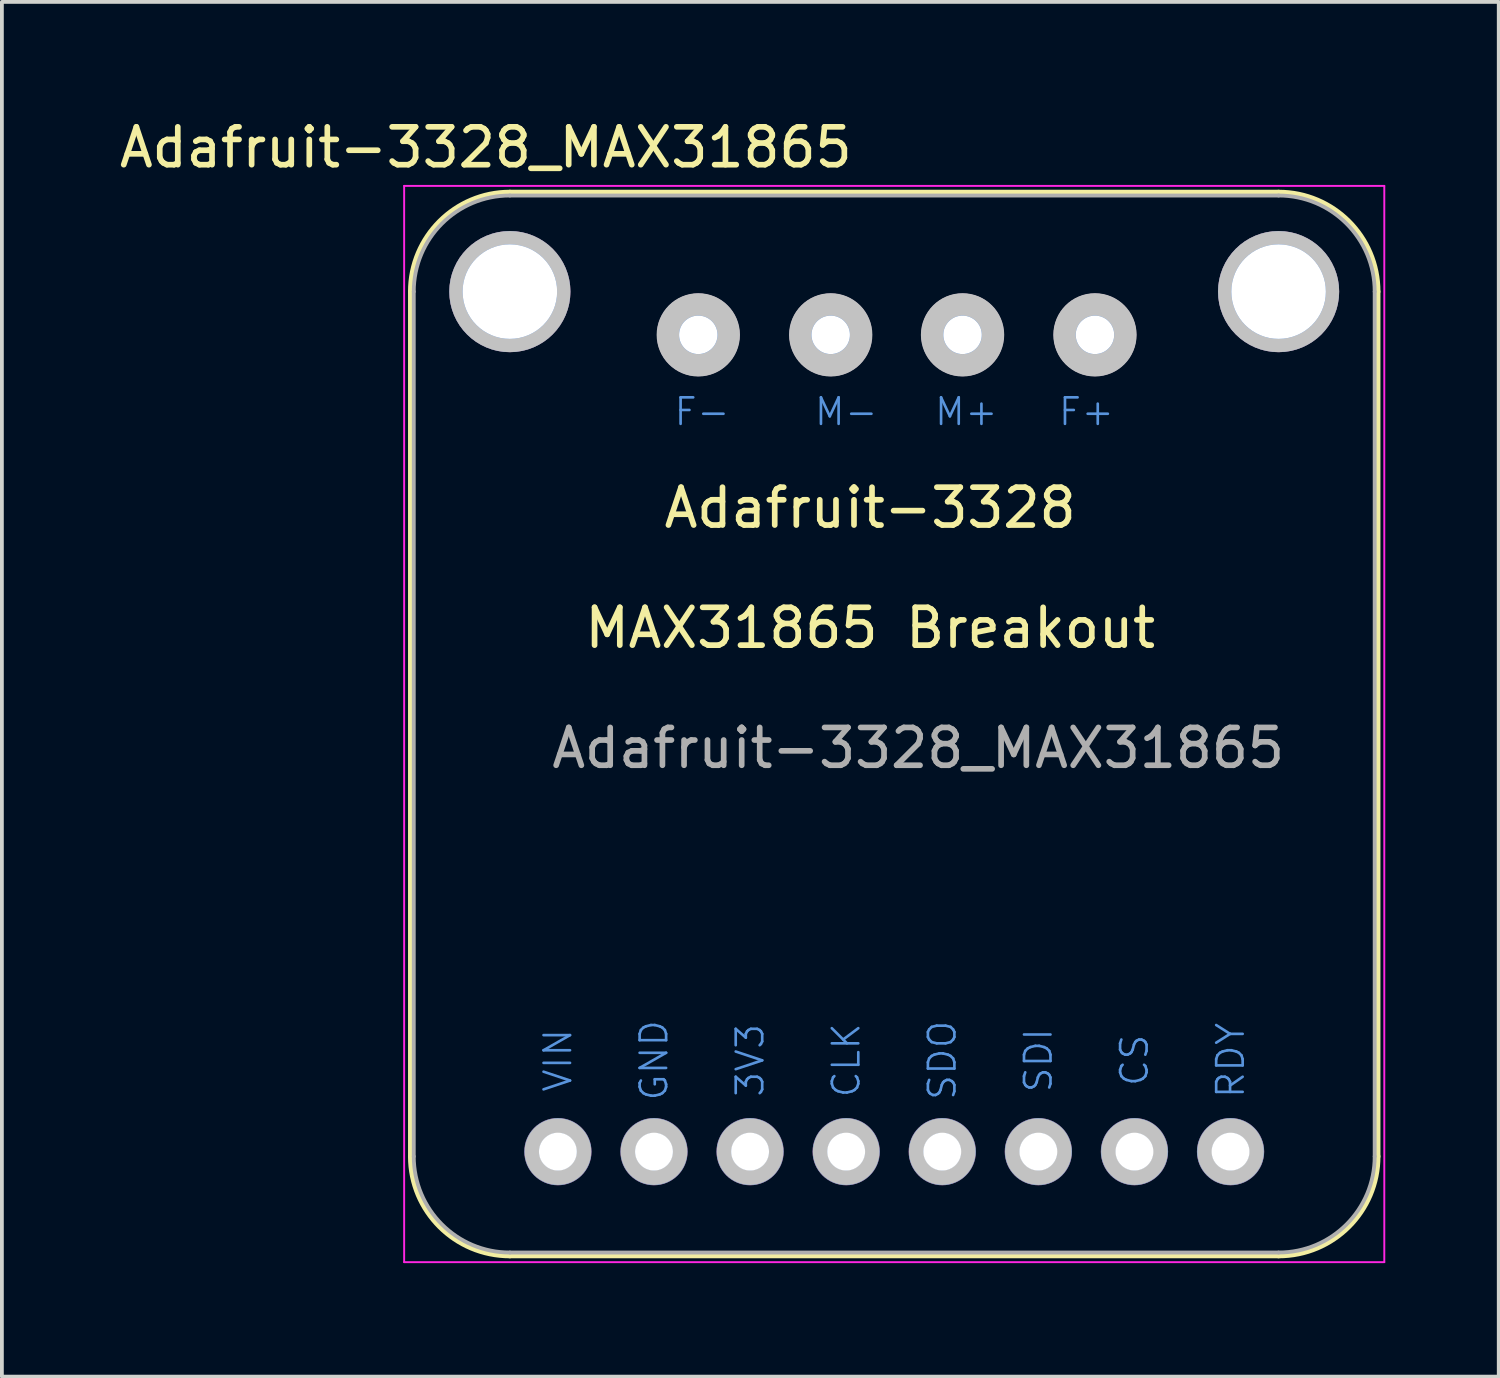
<source format=kicad_pcb>
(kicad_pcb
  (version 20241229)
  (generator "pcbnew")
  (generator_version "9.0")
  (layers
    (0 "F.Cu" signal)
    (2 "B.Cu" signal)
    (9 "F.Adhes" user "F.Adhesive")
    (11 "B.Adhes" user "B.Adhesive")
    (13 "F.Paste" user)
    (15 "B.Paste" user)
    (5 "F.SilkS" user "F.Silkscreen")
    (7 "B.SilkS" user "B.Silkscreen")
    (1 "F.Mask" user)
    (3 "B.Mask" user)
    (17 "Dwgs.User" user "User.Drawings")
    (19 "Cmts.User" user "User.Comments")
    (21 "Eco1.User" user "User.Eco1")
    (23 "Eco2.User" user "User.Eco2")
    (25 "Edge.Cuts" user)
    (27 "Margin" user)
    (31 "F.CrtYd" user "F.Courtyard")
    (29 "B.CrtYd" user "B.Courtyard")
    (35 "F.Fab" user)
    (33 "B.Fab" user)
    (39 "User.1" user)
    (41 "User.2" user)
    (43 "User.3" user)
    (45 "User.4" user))
  (footprint "Adafruit-3328_MAX31865"
    (layer "F.Cu")
    (at 7.887 30.058)
    (property "Reference" "Adafruit-3328_MAX31865" (at 13.335 -13.335 0) (layer "F.Fab") (effects (font (size 1 1) (thickness 0.15))))
    (attr through_hole)
    (fp_line (start -0.076 -25.4) (end -0.076 -2.54) (stroke (width 0.152) (type solid)) (layer "F.SilkS"))
    (fp_line (start 2.54 -28.016) (end 22.86 -28.016) (stroke (width 0.152) (type solid)) (layer "F.SilkS"))
    (fp_line (start 2.54 0.076) (end 22.86 0.076) (stroke (width 0.152) (type solid)) (layer "F.SilkS"))
    (fp_line (start 25.476 -2.54) (end 25.476 -25.4) (stroke (width 0.152) (type solid)) (layer "F.SilkS"))
    (fp_arc (start -0.0762 -25.4) (mid 0.690067 -27.249933) (end 2.54 -28.0162) (stroke (width 0.1524) (type solid)) (layer "F.SilkS"))
    (fp_arc (start 2.54 0.0762) (mid 0.690067 -0.690067) (end -0.0762 -2.54) (stroke (width 0.1524) (type solid)) (layer "F.SilkS"))
    (fp_arc (start 22.86 -28.0162) (mid 24.709933 -27.249933) (end 25.4762 -25.4) (stroke (width 0.1524) (type solid)) (layer "F.SilkS"))
    (fp_arc (start 25.4762 -2.54) (mid 24.709933 -0.690067) (end 22.86 0.0762) (stroke (width 0.1524) (type solid)) (layer "F.SilkS"))
    (fp_circle (center 2.54 -25.4) (end 2.54 -23.975) (stroke (width 0.351) (type solid)) (fill no) (layer "Dwgs.User"))
    (fp_circle (center 3.81 -2.667) (end 3.81 -1.981) (stroke (width 0.389) (type solid)) (fill no) (layer "Dwgs.User"))
    (fp_circle (center 6.35 -2.667) (end 6.35 -1.981) (stroke (width 0.389) (type solid)) (fill no) (layer "Dwgs.User"))
    (fp_circle (center 7.521 -24.257) (end 8.316 -24.13) (stroke (width 0.592) (type solid)) (fill no) (layer "Dwgs.User"))
    (fp_circle (center 8.89 -2.667) (end 8.89 -1.981) (stroke (width 0.389) (type solid)) (fill no) (layer "Dwgs.User"))
    (fp_circle (center 11.021 -24.257) (end 11.816 -24.13) (stroke (width 0.592) (type solid)) (fill no) (layer "Dwgs.User"))
    (fp_circle (center 11.43 -2.667) (end 11.43 -1.981) (stroke (width 0.389) (type solid)) (fill no) (layer "Dwgs.User"))
    (fp_circle (center 13.97 -2.667) (end 13.97 -1.981) (stroke (width 0.389) (type solid)) (fill no) (layer "Dwgs.User"))
    (fp_circle (center 14.506 -24.257) (end 15.301 -24.13) (stroke (width 0.592) (type solid)) (fill no) (layer "Dwgs.User"))
    (fp_circle (center 16.51 -2.667) (end 16.51 -1.981) (stroke (width 0.389) (type solid)) (fill no) (layer "Dwgs.User"))
    (fp_circle (center 18.006 -24.257) (end 18.801 -24.13) (stroke (width 0.592) (type solid)) (fill no) (layer "Dwgs.User"))
    (fp_circle (center 19.05 -2.667) (end 19.05 -1.981) (stroke (width 0.389) (type solid)) (fill no) (layer "Dwgs.User"))
    (fp_circle (center 21.59 -2.667) (end 21.59 -1.981) (stroke (width 0.389) (type solid)) (fill no) (layer "Dwgs.User"))
    (fp_circle (center 22.86 -25.4) (end 22.86 -23.975) (stroke (width 0.351) (type solid)) (fill no) (layer "Dwgs.User"))
    (fp_line (start -0.254 -28.194) (end -0.254 0.254) (stroke (width 0.051) (type solid)) (layer "F.CrtYd"))
    (fp_line (start -0.254 -28.194) (end 25.654 -28.194) (stroke (width 0.051) (type solid)) (layer "F.CrtYd"))
    (fp_line (start -0.254 0.254) (end 25.654 0.254) (stroke (width 0.051) (type solid)) (layer "F.CrtYd"))
    (fp_line (start 25.654 0.254) (end 25.654 -28.194) (stroke (width 0.051) (type solid)) (layer "F.CrtYd"))
    (fp_line (start 0 -25.4) (end 0 -2.54) (stroke (width 0.102) (type solid)) (layer "F.Fab"))
    (fp_line (start 2.54 -27.94) (end 22.86 -27.94) (stroke (width 0.102) (type solid)) (layer "F.Fab"))
    (fp_line (start 2.54 0) (end 22.86 0) (stroke (width 0.102) (type solid)) (layer "F.Fab"))
    (fp_line (start 25.4 -25.4) (end 25.4 -2.54) (stroke (width 0.102) (type solid)) (layer "F.Fab"))
    (fp_arc (start 0 -25.4) (mid 0.743949 -27.196051) (end 2.54 -27.94) (stroke (width 0.1016) (type solid)) (layer "F.Fab"))
    (fp_arc (start 2.54 0) (mid 0.743949 -0.743949) (end 0 -2.54) (stroke (width 0.1016) (type solid)) (layer "F.Fab"))
    (fp_arc (start 22.86 -27.94) (mid 24.656051 -27.196051) (end 25.4 -25.4) (stroke (width 0.1016) (type solid)) (layer "F.Fab"))
    (fp_arc (start 25.4 -2.54) (mid 24.656051 -0.743949) (end 22.86 0) (stroke (width 0.1016) (type solid)) (layer "F.Fab"))
    (fp_text user "${REFERENCE}" (at 1.905 -29.21 0) (layer "F.SilkS") (effects (font (size 1 1) (thickness 0.15))))
    (fp_text user "MAX31865 Breakout" (at 12.065 -16.51 0) (layer "F.SilkS") (effects (font (size 1 1) (thickness 0.15))))
    (fp_text user "Adafruit-3328" (at 12.065 -19.685 0) (layer "F.SilkS") (effects (font (size 1 1) (thickness 0.15))))
    (fp_text user "GND" (at 6.35 -5.08 90) (layer "Cmts.User") (effects (font (size 0.7 0.7) (thickness 0.07))))
    (fp_text user "M-" (at 11.43 -22.225 0) (layer "Cmts.User") (effects (font (size 0.7 0.7) (thickness 0.07))))
    (fp_text user "SDO" (at 13.97 -5.08 90) (layer "Cmts.User") (effects (font (size 0.7 0.7) (thickness 0.07))))
    (fp_text user "3V3" (at 8.89 -5.08 90) (layer "Cmts.User") (effects (font (size 0.7 0.7) (thickness 0.07))))
    (fp_text user "F-" (at 7.62 -22.225 0) (layer "Cmts.User") (effects (font (size 0.7 0.7) (thickness 0.07))))
    (fp_text user "SDI" (at 16.51 -5.08 90) (layer "Cmts.User") (effects (font (size 0.7 0.7) (thickness 0.07))))
    (fp_text user "VIN" (at 3.81 -5.08 90) (layer "Cmts.User") (effects (font (size 0.7 0.7) (thickness 0.07))))
    (fp_text user "RDY" (at 21.59 -5.08 90) (layer "Cmts.User") (effects (font (size 0.7 0.7) (thickness 0.07))))
    (fp_text user "CS" (at 19.05 -5.08 90) (layer "Cmts.User") (effects (font (size 0.7 0.7) (thickness 0.07))))
    (fp_text user "M+" (at 14.605 -22.225 0) (layer "Cmts.User") (effects (font (size 0.7 0.7) (thickness 0.07))))
    (fp_text user "CLK" (at 11.43 -5.08 90) (layer "Cmts.User") (effects (font (size 0.7 0.7) (thickness 0.07))))
    (fp_text user "F+" (at 17.78 -22.225 0) (layer "Cmts.User") (effects (font (size 0.7 0.7) (thickness 0.07))))
    (fp_text user "${REFERENCE}" (at 12.7 -8.255 0) (layer "Eco1.User") (effects (font (size 0.762 0.762) (thickness 0.076))))
    (pad "1" thru_hole circle (at 3.81 -2.667) (size 1.778 1.778) (drill 1.001) (layers "*.Cu" "*.Mask"))
    (pad "2" thru_hole circle (at 6.35 -2.667) (size 1.778 1.778) (drill 1.001) (layers "*.Cu" "*.Mask"))
    (pad "3" thru_hole circle (at 8.89 -2.667) (size 1.778 1.778) (drill 1.001) (layers "*.Cu" "*.Mask"))
    (pad "4" thru_hole circle (at 11.43 -2.667) (size 1.778 1.778) (drill 1.001) (layers "*.Cu" "*.Mask"))
    (pad "5" thru_hole circle (at 13.97 -2.667) (size 1.778 1.778) (drill 1.001) (layers "*.Cu" "*.Mask"))
    (pad "6" thru_hole circle (at 16.51 -2.667) (size 1.778 1.778) (drill 1.001) (layers "*.Cu" "*.Mask"))
    (pad "7" thru_hole circle (at 19.05 -2.667) (size 1.778 1.778) (drill 1.001) (layers "*.Cu" "*.Mask"))
    (pad "8" thru_hole circle (at 21.59 -2.667) (size 1.778 1.778) (drill 1.001) (layers "*.Cu" "*.Mask"))
    (pad "9" thru_hole circle (at 18.006 -24.257) (size 2.184 2.184) (drill 1.016) (layers "*.Cu" "*.Mask"))
    (pad "10" thru_hole circle (at 14.506 -24.257) (size 2.184 2.184) (drill 1.016) (layers "*.Cu" "*.Mask"))
    (pad "11" thru_hole circle (at 11.021 -24.257) (size 2.184 2.184) (drill 1.016) (layers "*.Cu" "*.Mask"))
    (pad "12" thru_hole circle (at 7.521 -24.257) (size 2.184 2.184) (drill 1.016) (layers "*.Cu" "*.Mask"))
    (pad "H1" thru_hole circle (at 22.86 -25.4) (size 3.2 3.2) (drill 2.499) (layers "*.Cu" "*.Mask"))
    (pad "H2" thru_hole circle (at 2.54 -25.4) (size 3.2 3.2) (drill 2.499) (layers "*.Cu" "*.Mask")))
  (gr_rect
    (start -3 -3)
    (end 36.566 33.338)
    (stroke (width 0.1) (type default))
    (fill no)
    (layer "Edge.Cuts")))
</source>
